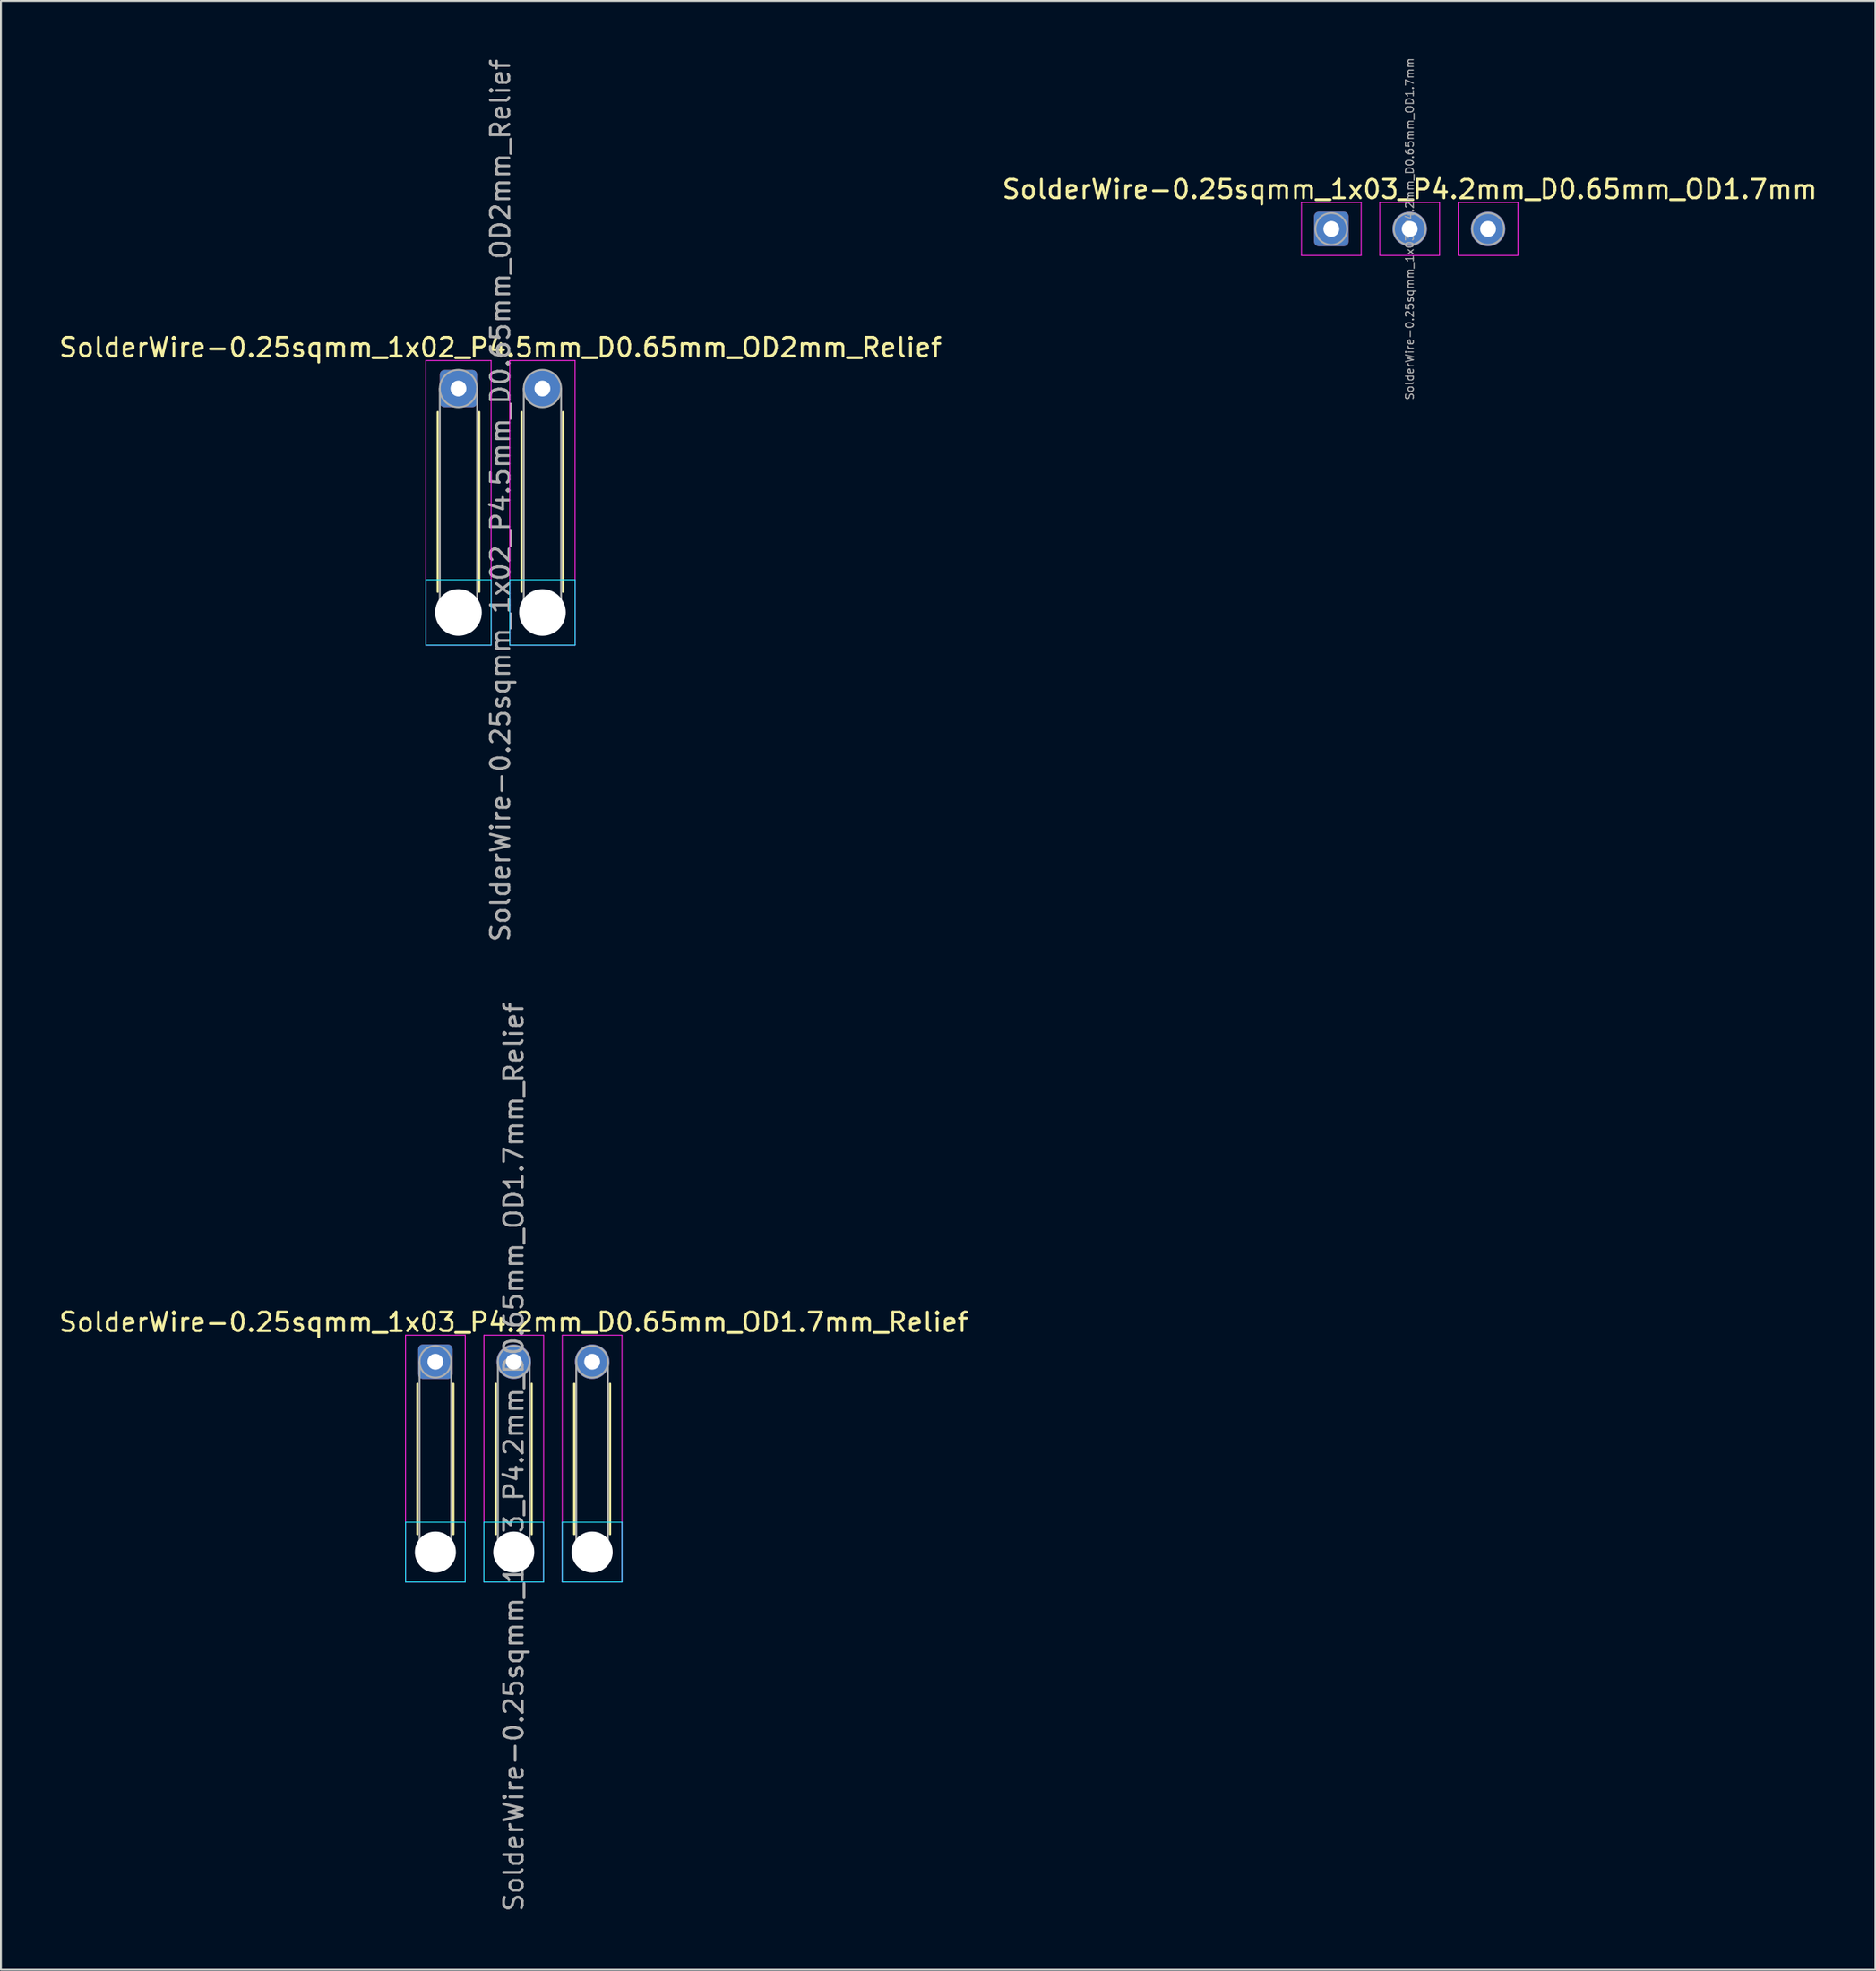
<source format=kicad_pcb>
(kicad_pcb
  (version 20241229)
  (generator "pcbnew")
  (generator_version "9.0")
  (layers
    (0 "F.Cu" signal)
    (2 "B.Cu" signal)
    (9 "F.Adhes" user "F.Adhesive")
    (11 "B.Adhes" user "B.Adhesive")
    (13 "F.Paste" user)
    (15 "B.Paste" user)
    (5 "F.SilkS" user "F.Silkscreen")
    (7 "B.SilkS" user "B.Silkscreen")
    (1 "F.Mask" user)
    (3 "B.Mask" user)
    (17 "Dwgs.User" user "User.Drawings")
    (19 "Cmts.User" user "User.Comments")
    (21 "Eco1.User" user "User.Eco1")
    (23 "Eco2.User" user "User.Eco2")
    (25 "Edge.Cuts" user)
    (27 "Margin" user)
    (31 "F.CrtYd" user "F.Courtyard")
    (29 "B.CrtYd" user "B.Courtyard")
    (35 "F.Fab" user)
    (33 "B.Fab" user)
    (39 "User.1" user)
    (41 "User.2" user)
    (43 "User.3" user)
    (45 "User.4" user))
  (footprint "SolderWire-0.25sqmm_1x03_P4.2mm_D0.65mm_OD1.7mm"
    (layer "F.Cu")
    (at 68.294 9.218)
    (property "Reference" "SolderWire-0.25sqmm_1x03_P4.2mm_D0.65mm_OD1.7mm" (at 4.2 -2.12 0) (layer "F.SilkS") (effects (font (size 1 1) (thickness 0.15))))
    (attr exclude_from_pos_files exclude_from_bom)
    (fp_line (start -1.6 -1.42) (end -1.6 1.42) (stroke (width 0.05) (type solid)) (layer "F.CrtYd"))
    (fp_line (start -1.6 1.42) (end 1.6 1.42) (stroke (width 0.05) (type solid)) (layer "F.CrtYd"))
    (fp_line (start 1.6 -1.42) (end -1.6 -1.42) (stroke (width 0.05) (type solid)) (layer "F.CrtYd"))
    (fp_line (start 1.6 1.42) (end 1.6 -1.42) (stroke (width 0.05) (type solid)) (layer "F.CrtYd"))
    (fp_line (start 2.6 -1.42) (end 2.6 1.42) (stroke (width 0.05) (type solid)) (layer "F.CrtYd"))
    (fp_line (start 2.6 1.42) (end 5.8 1.42) (stroke (width 0.05) (type solid)) (layer "F.CrtYd"))
    (fp_line (start 5.8 -1.42) (end 2.6 -1.42) (stroke (width 0.05) (type solid)) (layer "F.CrtYd"))
    (fp_line (start 5.8 1.42) (end 5.8 -1.42) (stroke (width 0.05) (type solid)) (layer "F.CrtYd"))
    (fp_line (start 6.8 -1.42) (end 6.8 1.42) (stroke (width 0.05) (type solid)) (layer "F.CrtYd"))
    (fp_line (start 6.8 1.42) (end 10 1.42) (stroke (width 0.05) (type solid)) (layer "F.CrtYd"))
    (fp_line (start 10 -1.42) (end 6.8 -1.42) (stroke (width 0.05) (type solid)) (layer "F.CrtYd"))
    (fp_line (start 10 1.42) (end 10 -1.42) (stroke (width 0.05) (type solid)) (layer "F.CrtYd"))
    (fp_circle (center 0 0) (end 0.85 0) (stroke (width 0.1) (type solid)) (fill no) (layer "F.Fab"))
    (fp_circle (center 4.2 0) (end 5.05 0) (stroke (width 0.1) (type solid)) (fill no) (layer "F.Fab"))
    (fp_circle (center 8.4 0) (end 9.25 0) (stroke (width 0.1) (type solid)) (fill no) (layer "F.Fab"))
    (fp_text user "${REFERENCE}" (at 4.2 0 90) (layer "F.Fab") (effects (font (size 0.42 0.42) (thickness 0.06))))
    (pad "1" thru_hole roundrect (at 0 0) (size 1.85 1.85) (drill 0.85) (layers "*.Cu" "*.Mask") (roundrect_rratio 0.135))
    (pad "2" thru_hole circle (at 4.2 0) (size 1.85 1.85) (drill 0.85) (layers "*.Cu" "*.Mask"))
    (pad "3" thru_hole circle (at 8.4 0) (size 1.85 1.85) (drill 0.85) (layers "*.Cu" "*.Mask")))
  (footprint "SolderWire-0.25sqmm_1x02_P4.5mm_D0.65mm_OD2mm_Relief"
    (layer "F.Cu")
    (at 21.518 17.768)
    (property "Reference" "SolderWire-0.25sqmm_1x02_P4.5mm_D0.65mm_OD2mm_Relief" (at 2.25 -2.2 0) (layer "F.SilkS") (effects (font (size 1 1) (thickness 0.15))))
    (attr exclude_from_pos_files exclude_from_bom)
    (fp_line (start -1.11 1.26) (end -1.11 10.89) (stroke (width 0.12) (type solid)) (layer "F.SilkS"))
    (fp_line (start 1.11 1.26) (end 1.11 10.89) (stroke (width 0.12) (type solid)) (layer "F.SilkS"))
    (fp_line (start 3.39 1.26) (end 3.39 10.89) (stroke (width 0.12) (type solid)) (layer "F.SilkS"))
    (fp_line (start 5.61 1.26) (end 5.61 10.89) (stroke (width 0.12) (type solid)) (layer "F.SilkS"))
    (fp_line (start -1.75 10.25) (end -1.75 13.75) (stroke (width 0.05) (type solid)) (layer "B.CrtYd"))
    (fp_line (start -1.75 13.75) (end 1.75 13.75) (stroke (width 0.05) (type solid)) (layer "B.CrtYd"))
    (fp_line (start 1.75 10.25) (end -1.75 10.25) (stroke (width 0.05) (type solid)) (layer "B.CrtYd"))
    (fp_line (start 1.75 13.75) (end 1.75 10.25) (stroke (width 0.05) (type solid)) (layer "B.CrtYd"))
    (fp_line (start 2.75 10.25) (end 2.75 13.75) (stroke (width 0.05) (type solid)) (layer "B.CrtYd"))
    (fp_line (start 2.75 13.75) (end 6.25 13.75) (stroke (width 0.05) (type solid)) (layer "B.CrtYd"))
    (fp_line (start 6.25 10.25) (end 2.75 10.25) (stroke (width 0.05) (type solid)) (layer "B.CrtYd"))
    (fp_line (start 6.25 13.75) (end 6.25 10.25) (stroke (width 0.05) (type solid)) (layer "B.CrtYd"))
    (fp_line (start -1.75 -1.5) (end -1.75 13.75) (stroke (width 0.05) (type solid)) (layer "F.CrtYd"))
    (fp_line (start -1.75 13.75) (end 1.75 13.75) (stroke (width 0.05) (type solid)) (layer "F.CrtYd"))
    (fp_line (start 1.75 -1.5) (end -1.75 -1.5) (stroke (width 0.05) (type solid)) (layer "F.CrtYd"))
    (fp_line (start 1.75 13.75) (end 1.75 -1.5) (stroke (width 0.05) (type solid)) (layer "F.CrtYd"))
    (fp_line (start 2.75 -1.5) (end 2.75 13.75) (stroke (width 0.05) (type solid)) (layer "F.CrtYd"))
    (fp_line (start 2.75 13.75) (end 6.25 13.75) (stroke (width 0.05) (type solid)) (layer "F.CrtYd"))
    (fp_line (start 6.25 -1.5) (end 2.75 -1.5) (stroke (width 0.05) (type solid)) (layer "F.CrtYd"))
    (fp_line (start 6.25 13.75) (end 6.25 -1.5) (stroke (width 0.05) (type solid)) (layer "F.CrtYd"))
    (fp_line (start -1 0) (end -1 12) (stroke (width 0.1) (type solid)) (layer "F.Fab"))
    (fp_line (start 1 0) (end 1 12) (stroke (width 0.1) (type solid)) (layer "F.Fab"))
    (fp_line (start 3.5 0) (end 3.5 12) (stroke (width 0.1) (type solid)) (layer "F.Fab"))
    (fp_line (start 5.5 0) (end 5.5 12) (stroke (width 0.1) (type solid)) (layer "F.Fab"))
    (fp_circle (center 0 0) (end 1 0) (stroke (width 0.1) (type solid)) (fill no) (layer "F.Fab"))
    (fp_circle (center 0 12) (end 1 12) (stroke (width 0.1) (type solid)) (fill no) (layer "F.Fab"))
    (fp_circle (center 4.5 0) (end 5.5 0) (stroke (width 0.1) (type solid)) (fill no) (layer "F.Fab"))
    (fp_circle (center 4.5 12) (end 5.5 12) (stroke (width 0.1) (type solid)) (fill no) (layer "F.Fab"))
    (fp_text user "${REFERENCE}" (at 2.25 6 90) (layer "F.Fab") (effects (font (size 1 1) (thickness 0.15))))
    (pad "" np_thru_hole circle (at 0 12) (size 2.5 2.5) (drill 2.5) (layers "*.Cu" "*.Mask"))
    (pad "" np_thru_hole circle (at 4.5 12) (size 2.5 2.5) (drill 2.5) (layers "*.Cu" "*.Mask"))
    (pad "1" thru_hole roundrect (at 0 0) (size 2 2) (drill 0.85) (layers "*.Cu" "*.Mask") (roundrect_rratio 0.125))
    (pad "2" thru_hole circle (at 4.5 0) (size 2 2) (drill 0.85) (layers "*.Cu" "*.Mask")))
  (footprint "SolderWire-0.25sqmm_1x03_P4.2mm_D0.65mm_OD1.7mm_Relief"
    (layer "F.Cu")
    (at 20.282 69.918)
    (property "Reference" "SolderWire-0.25sqmm_1x03_P4.2mm_D0.65mm_OD1.7mm_Relief" (at 4.2 -2.12 0) (layer "F.SilkS") (effects (font (size 1 1) (thickness 0.15))))
    (attr exclude_from_pos_files exclude_from_bom)
    (fp_line (start -0.96 1.185) (end -0.96 9.24) (stroke (width 0.12) (type solid)) (layer "F.SilkS"))
    (fp_line (start 0.96 1.185) (end 0.96 9.24) (stroke (width 0.12) (type solid)) (layer "F.SilkS"))
    (fp_line (start 3.24 1.185) (end 3.24 9.24) (stroke (width 0.12) (type solid)) (layer "F.SilkS"))
    (fp_line (start 5.16 1.185) (end 5.16 9.24) (stroke (width 0.12) (type solid)) (layer "F.SilkS"))
    (fp_line (start 7.44 1.185) (end 7.44 9.24) (stroke (width 0.12) (type solid)) (layer "F.SilkS"))
    (fp_line (start 9.36 1.185) (end 9.36 9.24) (stroke (width 0.12) (type solid)) (layer "F.SilkS"))
    (fp_line (start -1.6 8.6) (end -1.6 11.8) (stroke (width 0.05) (type solid)) (layer "B.CrtYd"))
    (fp_line (start -1.6 11.8) (end 1.6 11.8) (stroke (width 0.05) (type solid)) (layer "B.CrtYd"))
    (fp_line (start 1.6 8.6) (end -1.6 8.6) (stroke (width 0.05) (type solid)) (layer "B.CrtYd"))
    (fp_line (start 1.6 11.8) (end 1.6 8.6) (stroke (width 0.05) (type solid)) (layer "B.CrtYd"))
    (fp_line (start 2.6 8.6) (end 2.6 11.8) (stroke (width 0.05) (type solid)) (layer "B.CrtYd"))
    (fp_line (start 2.6 11.8) (end 5.8 11.8) (stroke (width 0.05) (type solid)) (layer "B.CrtYd"))
    (fp_line (start 5.8 8.6) (end 2.6 8.6) (stroke (width 0.05) (type solid)) (layer "B.CrtYd"))
    (fp_line (start 5.8 11.8) (end 5.8 8.6) (stroke (width 0.05) (type solid)) (layer "B.CrtYd"))
    (fp_line (start 6.8 8.6) (end 6.8 11.8) (stroke (width 0.05) (type solid)) (layer "B.CrtYd"))
    (fp_line (start 6.8 11.8) (end 10 11.8) (stroke (width 0.05) (type solid)) (layer "B.CrtYd"))
    (fp_line (start 10 8.6) (end 6.8 8.6) (stroke (width 0.05) (type solid)) (layer "B.CrtYd"))
    (fp_line (start 10 11.8) (end 10 8.6) (stroke (width 0.05) (type solid)) (layer "B.CrtYd"))
    (fp_line (start -1.6 -1.42) (end -1.6 11.8) (stroke (width 0.05) (type solid)) (layer "F.CrtYd"))
    (fp_line (start -1.6 11.8) (end 1.6 11.8) (stroke (width 0.05) (type solid)) (layer "F.CrtYd"))
    (fp_line (start 1.6 -1.42) (end -1.6 -1.42) (stroke (width 0.05) (type solid)) (layer "F.CrtYd"))
    (fp_line (start 1.6 11.8) (end 1.6 -1.42) (stroke (width 0.05) (type solid)) (layer "F.CrtYd"))
    (fp_line (start 2.6 -1.42) (end 2.6 11.8) (stroke (width 0.05) (type solid)) (layer "F.CrtYd"))
    (fp_line (start 2.6 11.8) (end 5.8 11.8) (stroke (width 0.05) (type solid)) (layer "F.CrtYd"))
    (fp_line (start 5.8 -1.42) (end 2.6 -1.42) (stroke (width 0.05) (type solid)) (layer "F.CrtYd"))
    (fp_line (start 5.8 11.8) (end 5.8 -1.42) (stroke (width 0.05) (type solid)) (layer "F.CrtYd"))
    (fp_line (start 6.8 -1.42) (end 6.8 11.8) (stroke (width 0.05) (type solid)) (layer "F.CrtYd"))
    (fp_line (start 6.8 11.8) (end 10 11.8) (stroke (width 0.05) (type solid)) (layer "F.CrtYd"))
    (fp_line (start 10 -1.42) (end 6.8 -1.42) (stroke (width 0.05) (type solid)) (layer "F.CrtYd"))
    (fp_line (start 10 11.8) (end 10 -1.42) (stroke (width 0.05) (type solid)) (layer "F.CrtYd"))
    (fp_line (start -0.85 0) (end -0.85 10.2) (stroke (width 0.1) (type solid)) (layer "F.Fab"))
    (fp_line (start 0.85 0) (end 0.85 10.2) (stroke (width 0.1) (type solid)) (layer "F.Fab"))
    (fp_line (start 3.35 0) (end 3.35 10.2) (stroke (width 0.1) (type solid)) (layer "F.Fab"))
    (fp_line (start 5.05 0) (end 5.05 10.2) (stroke (width 0.1) (type solid)) (layer "F.Fab"))
    (fp_line (start 7.55 0) (end 7.55 10.2) (stroke (width 0.1) (type solid)) (layer "F.Fab"))
    (fp_line (start 9.25 0) (end 9.25 10.2) (stroke (width 0.1) (type solid)) (layer "F.Fab"))
    (fp_circle (center 0 0) (end 0.85 0) (stroke (width 0.1) (type solid)) (fill no) (layer "F.Fab"))
    (fp_circle (center 0 10.2) (end 0.85 10.2) (stroke (width 0.1) (type solid)) (fill no) (layer "F.Fab"))
    (fp_circle (center 4.2 0) (end 5.05 0) (stroke (width 0.1) (type solid)) (fill no) (layer "F.Fab"))
    (fp_circle (center 4.2 10.2) (end 5.05 10.2) (stroke (width 0.1) (type solid)) (fill no) (layer "F.Fab"))
    (fp_circle (center 8.4 0) (end 9.25 0) (stroke (width 0.1) (type solid)) (fill no) (layer "F.Fab"))
    (fp_circle (center 8.4 10.2) (end 9.25 10.2) (stroke (width 0.1) (type solid)) (fill no) (layer "F.Fab"))
    (fp_text user "${REFERENCE}" (at 4.2 5.1 90) (layer "F.Fab") (effects (font (size 1 1) (thickness 0.15))))
    (pad "" np_thru_hole circle (at 0 10.2) (size 2.2 2.2) (drill 2.2) (layers "*.Cu" "*.Mask"))
    (pad "" np_thru_hole circle (at 4.2 10.2) (size 2.2 2.2) (drill 2.2) (layers "*.Cu" "*.Mask"))
    (pad "" np_thru_hole circle (at 8.4 10.2) (size 2.2 2.2) (drill 2.2) (layers "*.Cu" "*.Mask"))
    (pad "1" thru_hole roundrect (at 0 0) (size 1.85 1.85) (drill 0.85) (layers "*.Cu" "*.Mask") (roundrect_rratio 0.135))
    (pad "2" thru_hole circle (at 4.2 0) (size 1.85 1.85) (drill 0.85) (layers "*.Cu" "*.Mask"))
    (pad "3" thru_hole circle (at 8.4 0) (size 1.85 1.85) (drill 0.85) (layers "*.Cu" "*.Mask")))
  (gr_rect
    (start -3 -3)
    (end 97.452 102.5)
    (stroke (width 0.1) (type default))
    (fill no)
    (layer "Edge.Cuts")))
</source>
